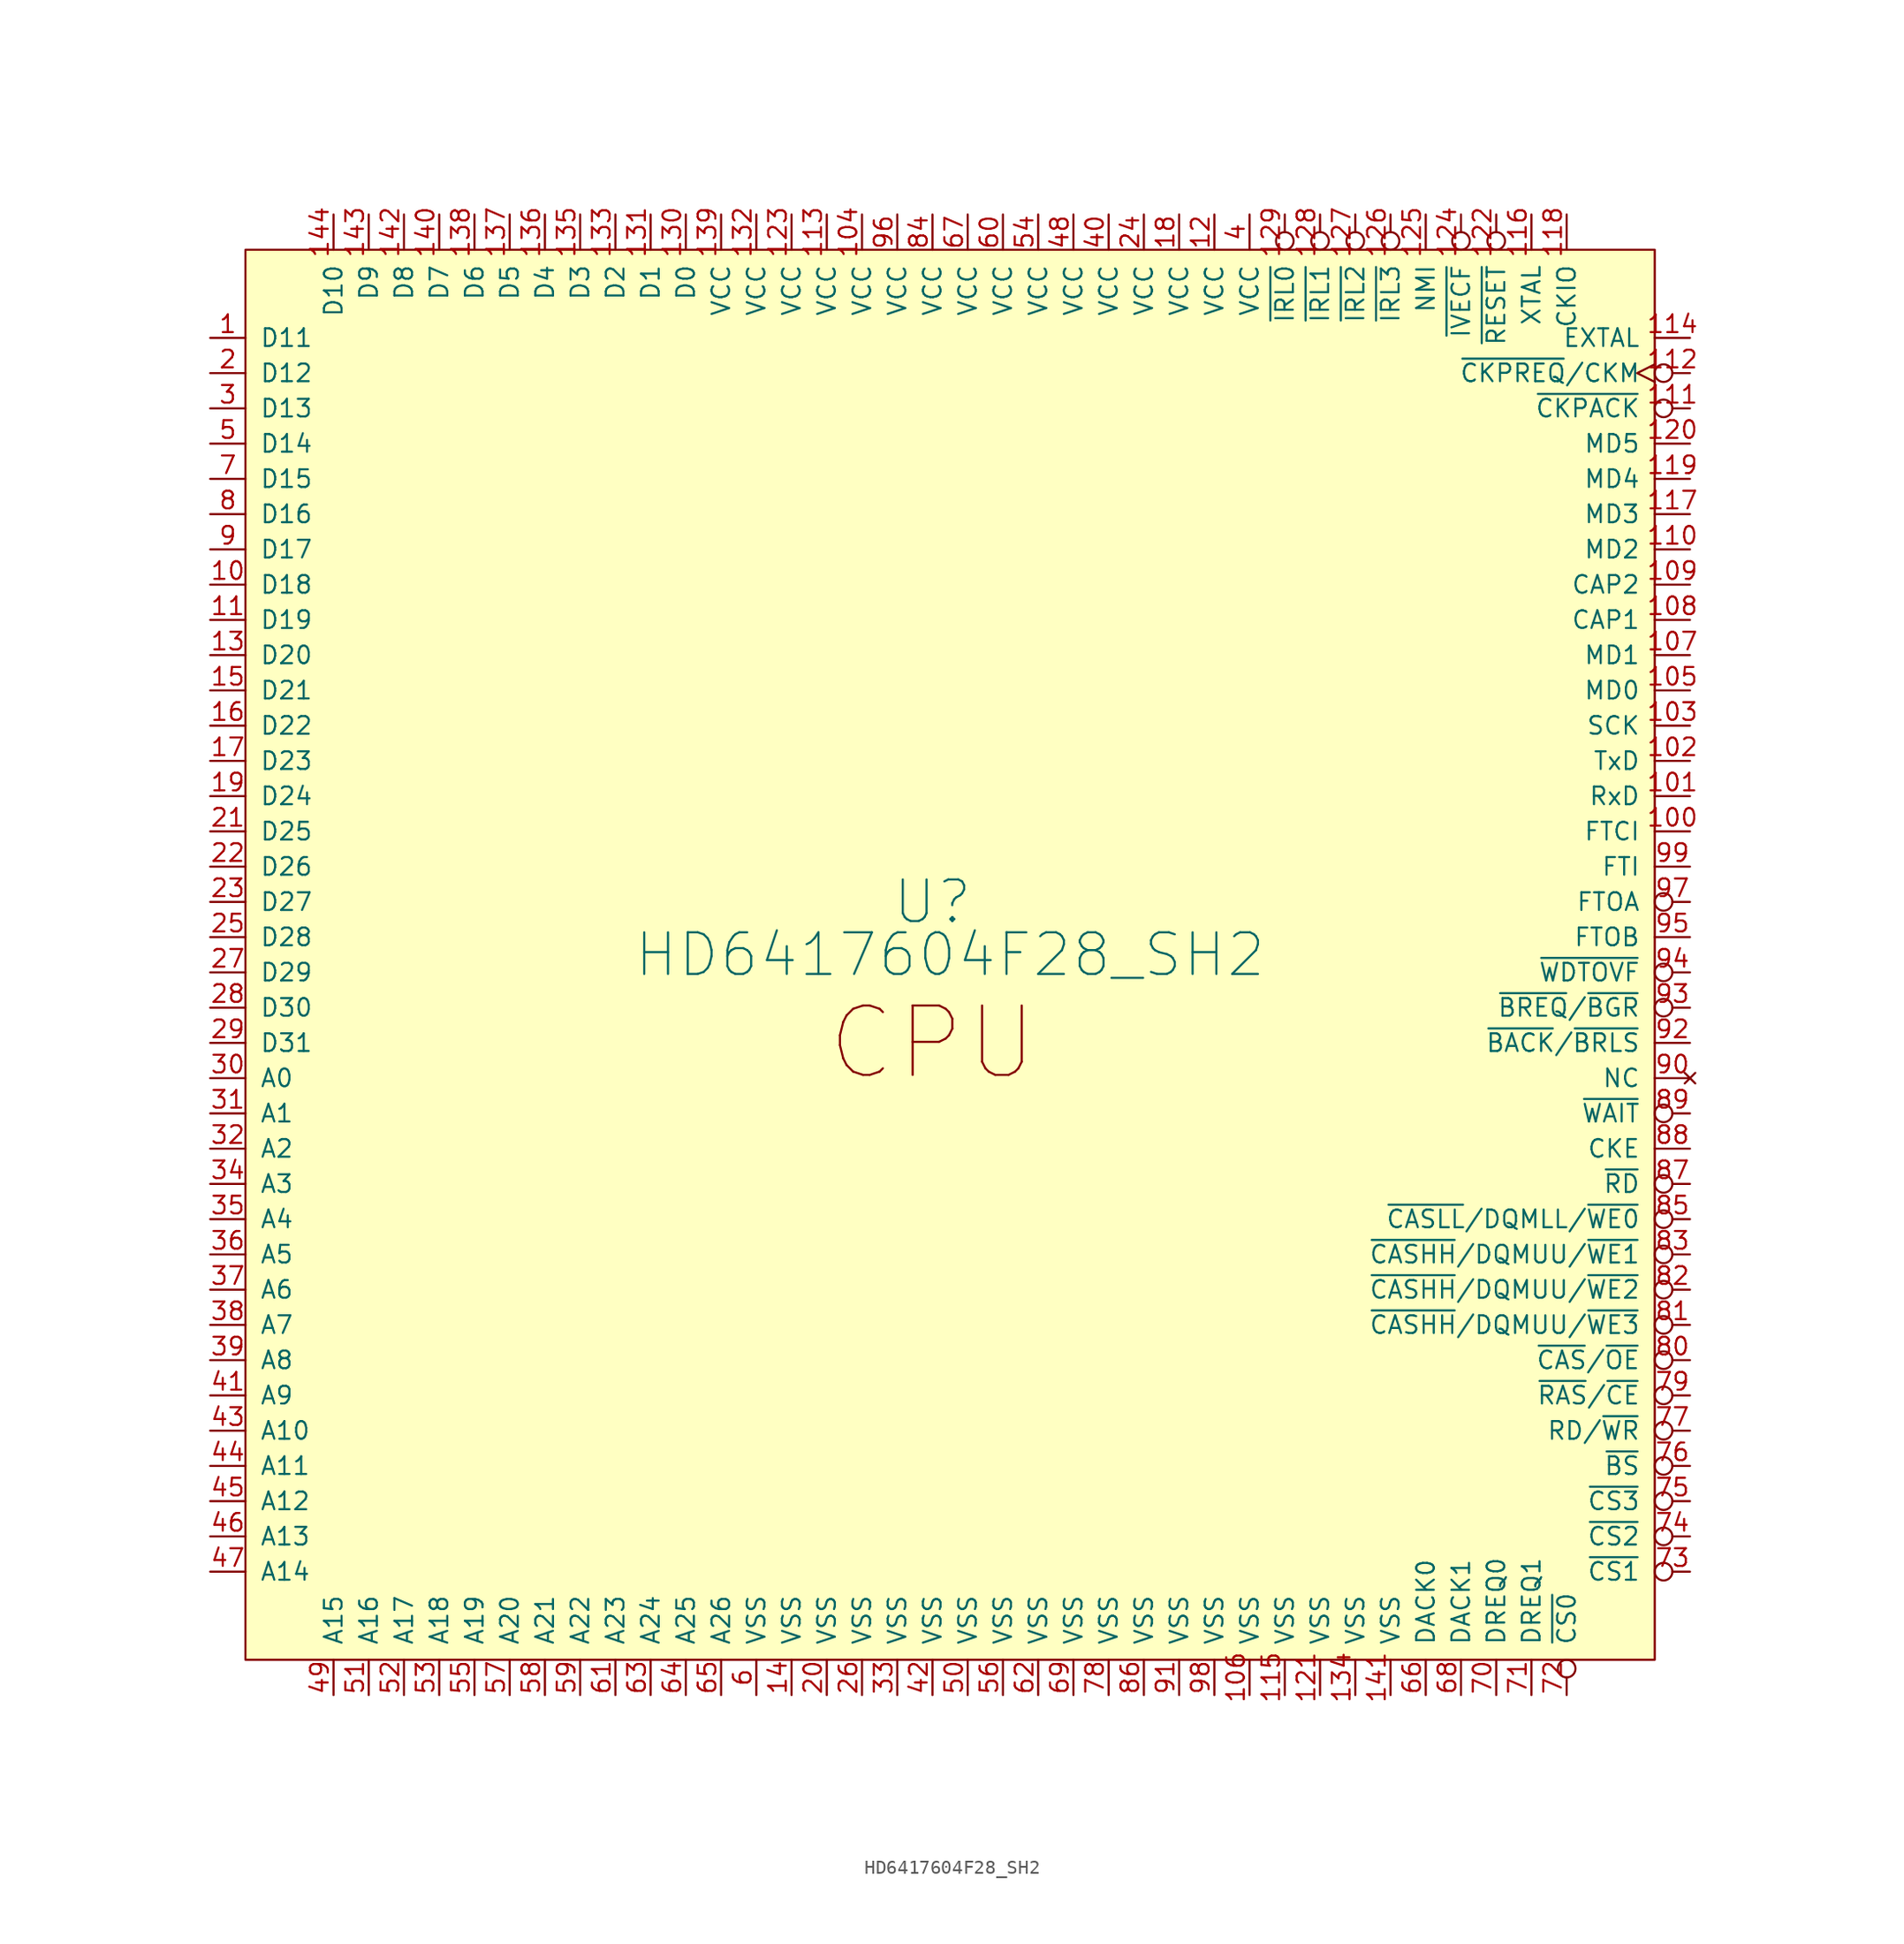
<source format=kicad_sym>
(kicad_symbol_lib
  (version 20211014)
  (generator kicad_symbol_editor)
  (symbol "HD6417604F28_SH2"
    (pin_names
      (offset 1.016))
    (property "Reference" "U"
      (at -1.27 3.81 0)
      (effects (font (size 2.997 2.997))))
    (property "Value" "HD6417604F28_SH2"
      (at 0 0 0)
      (effects (font (size 2.997 2.997))))
    (symbol "HD6417604F28_SH2_0_0"
      (text "CPU" (at -1.27 -6.35 0) (effects (font (size 5.004 5.004)))))
    (symbol "HD6417604F28_SH2_0_1"
      (rectangle (start -50.8 50.8) (end 50.8 -50.8) (stroke (width 0) (type default) (color 0 0 0 0)) (fill (type background))))
    (symbol "HD6417604F28_SH2_1_1"
      (pin tri_state line (at -53.34 44.45 0) (length 2.54) (name "D11" (effects (font (size 1.27 1.27)))) (number "1" (effects (font (size 1.27 1.27)))))
      (pin tri_state line (at -53.34 26.67 0) (length 2.54) (name "D18" (effects (font (size 1.27 1.27)))) (number "10" (effects (font (size 1.27 1.27)))))
      (pin input line (at 53.34 8.89 180) (length 2.54) (name "FTCI" (effects (font (size 1.27 1.27)))) (number "100" (effects (font (size 1.27 1.27)))))
      (pin input line (at 53.34 11.43 180) (length 2.54) (name "RxD" (effects (font (size 1.27 1.27)))) (number "101" (effects (font (size 1.27 1.27)))))
      (pin output line (at 53.34 13.97 180) (length 2.54) (name "TxD" (effects (font (size 1.27 1.27)))) (number "102" (effects (font (size 1.27 1.27)))))
      (pin bidirectional line (at 53.34 16.51 180) (length 2.54) (name "SCK" (effects (font (size 1.27 1.27)))) (number "103" (effects (font (size 1.27 1.27)))))
      (pin power_in line (at -6.35 53.34 270) (length 2.54) (name "VCC" (effects (font (size 1.27 1.27)))) (number "104" (effects (font (size 1.27 1.27)))))
      (pin input line (at 53.34 19.05 180) (length 2.54) (name "MD0" (effects (font (size 1.27 1.27)))) (number "105" (effects (font (size 1.27 1.27)))))
      (pin power_in line (at 21.59 -53.34 90) (length 2.54) (name "VSS" (effects (font (size 1.27 1.27)))) (number "106" (effects (font (size 1.27 1.27)))))
      (pin input line (at 53.34 21.59 180) (length 2.54) (name "MD1" (effects (font (size 1.27 1.27)))) (number "107" (effects (font (size 1.27 1.27)))))
      (pin output line (at 53.34 24.13 180) (length 2.54) (name "CAP1" (effects (font (size 1.27 1.27)))) (number "108" (effects (font (size 1.27 1.27)))))
      (pin output line (at 53.34 26.67 180) (length 2.54) (name "CAP2" (effects (font (size 1.27 1.27)))) (number "109" (effects (font (size 1.27 1.27)))))
      (pin tri_state line (at -53.34 24.13 0) (length 2.54) (name "D19" (effects (font (size 1.27 1.27)))) (number "11" (effects (font (size 1.27 1.27)))))
      (pin input line (at 53.34 29.21 180) (length 2.54) (name "MD2" (effects (font (size 1.27 1.27)))) (number "110" (effects (font (size 1.27 1.27)))))
      (pin output inverted (at 53.34 39.37 180) (length 2.54) (name "~{CKPACK}" (effects (font (size 1.27 1.27)))) (number "111" (effects (font (size 1.27 1.27)))))
      (pin input inverted_clock (at 53.34 41.91 180) (length 2.54) (name "~{CKPREQ}/CKM" (effects (font (size 1.27 1.27)))) (number "112" (effects (font (size 1.27 1.27)))))
      (pin power_in line (at -8.89 53.34 270) (length 2.54) (name "VCC" (effects (font (size 1.27 1.27)))) (number "113" (effects (font (size 1.27 1.27)))))
      (pin input line (at 53.34 44.45 180) (length 2.54) (name "EXTAL" (effects (font (size 1.27 1.27)))) (number "114" (effects (font (size 1.27 1.27)))))
      (pin power_in line (at 24.13 -53.34 90) (length 2.54) (name "VSS" (effects (font (size 1.27 1.27)))) (number "115" (effects (font (size 1.27 1.27)))))
      (pin output line (at 41.91 53.34 270) (length 2.54) (name "XTAL" (effects (font (size 1.27 1.27)))) (number "116" (effects (font (size 1.27 1.27)))))
      (pin input line (at 53.34 31.75 180) (length 2.54) (name "MD3" (effects (font (size 1.27 1.27)))) (number "117" (effects (font (size 1.27 1.27)))))
      (pin bidirectional line (at 44.45 53.34 270) (length 2.54) (name "CKIO" (effects (font (size 1.27 1.27)))) (number "118" (effects (font (size 1.27 1.27)))))
      (pin input line (at 53.34 34.29 180) (length 2.54) (name "MD4" (effects (font (size 1.27 1.27)))) (number "119" (effects (font (size 1.27 1.27)))))
      (pin power_in line (at 19.05 53.34 270) (length 2.54) (name "VCC" (effects (font (size 1.27 1.27)))) (number "12" (effects (font (size 1.27 1.27)))))
      (pin input line (at 53.34 36.83 180) (length 2.54) (name "MD5" (effects (font (size 1.27 1.27)))) (number "120" (effects (font (size 1.27 1.27)))))
      (pin power_in line (at 26.67 -53.34 90) (length 2.54) (name "VSS" (effects (font (size 1.27 1.27)))) (number "121" (effects (font (size 1.27 1.27)))))
      (pin input inverted (at 39.37 53.34 270) (length 2.54) (name "~{RESET}" (effects (font (size 1.27 1.27)))) (number "122" (effects (font (size 1.27 1.27)))))
      (pin power_in line (at -11.43 53.34 270) (length 2.54) (name "VCC" (effects (font (size 1.27 1.27)))) (number "123" (effects (font (size 1.27 1.27)))))
      (pin input inverted (at 36.83 53.34 270) (length 2.54) (name "~{IVECF}" (effects (font (size 1.27 1.27)))) (number "124" (effects (font (size 1.27 1.27)))))
      (pin input line (at 34.29 53.34 270) (length 2.54) (name "NMI" (effects (font (size 1.27 1.27)))) (number "125" (effects (font (size 1.27 1.27)))))
      (pin input inverted (at 31.75 53.34 270) (length 2.54) (name "~{IRL3}" (effects (font (size 1.27 1.27)))) (number "126" (effects (font (size 1.27 1.27)))))
      (pin input inverted (at 29.21 53.34 270) (length 2.54) (name "~{IRL2}" (effects (font (size 1.27 1.27)))) (number "127" (effects (font (size 1.27 1.27)))))
      (pin input inverted (at 26.67 53.34 270) (length 2.54) (name "~{IRL1}" (effects (font (size 1.27 1.27)))) (number "128" (effects (font (size 1.27 1.27)))))
      (pin input inverted (at 24.13 53.34 270) (length 2.54) (name "~{IRL0}" (effects (font (size 1.27 1.27)))) (number "129" (effects (font (size 1.27 1.27)))))
      (pin tri_state line (at -53.34 21.59 0) (length 2.54) (name "D20" (effects (font (size 1.27 1.27)))) (number "13" (effects (font (size 1.27 1.27)))))
      (pin tri_state line (at -19.05 53.34 270) (length 2.54) (name "D0" (effects (font (size 1.27 1.27)))) (number "130" (effects (font (size 1.27 1.27)))))
      (pin tri_state line (at -21.59 53.34 270) (length 2.54) (name "D1" (effects (font (size 1.27 1.27)))) (number "131" (effects (font (size 1.27 1.27)))))
      (pin power_in line (at -13.97 53.34 270) (length 2.54) (name "VCC" (effects (font (size 1.27 1.27)))) (number "132" (effects (font (size 1.27 1.27)))))
      (pin tri_state line (at -24.13 53.34 270) (length 2.54) (name "D2" (effects (font (size 1.27 1.27)))) (number "133" (effects (font (size 1.27 1.27)))))
      (pin power_in line (at 29.21 -53.34 90) (length 2.54) (name "VSS" (effects (font (size 1.27 1.27)))) (number "134" (effects (font (size 1.27 1.27)))))
      (pin tri_state line (at -26.67 53.34 270) (length 2.54) (name "D3" (effects (font (size 1.27 1.27)))) (number "135" (effects (font (size 1.27 1.27)))))
      (pin tri_state line (at -29.21 53.34 270) (length 2.54) (name "D4" (effects (font (size 1.27 1.27)))) (number "136" (effects (font (size 1.27 1.27)))))
      (pin tri_state line (at -31.75 53.34 270) (length 2.54) (name "D5" (effects (font (size 1.27 1.27)))) (number "137" (effects (font (size 1.27 1.27)))))
      (pin tri_state line (at -34.29 53.34 270) (length 2.54) (name "D6" (effects (font (size 1.27 1.27)))) (number "138" (effects (font (size 1.27 1.27)))))
      (pin power_in line (at -16.51 53.34 270) (length 2.54) (name "VCC" (effects (font (size 1.27 1.27)))) (number "139" (effects (font (size 1.27 1.27)))))
      (pin power_in line (at -11.43 -53.34 90) (length 2.54) (name "VSS" (effects (font (size 1.27 1.27)))) (number "14" (effects (font (size 1.27 1.27)))))
      (pin tri_state line (at -36.83 53.34 270) (length 2.54) (name "D7" (effects (font (size 1.27 1.27)))) (number "140" (effects (font (size 1.27 1.27)))))
      (pin power_in line (at 31.75 -53.34 90) (length 2.54) (name "VSS" (effects (font (size 1.27 1.27)))) (number "141" (effects (font (size 1.27 1.27)))))
      (pin tri_state line (at -39.37 53.34 270) (length 2.54) (name "D8" (effects (font (size 1.27 1.27)))) (number "142" (effects (font (size 1.27 1.27)))))
      (pin tri_state line (at -41.91 53.34 270) (length 2.54) (name "D9" (effects (font (size 1.27 1.27)))) (number "143" (effects (font (size 1.27 1.27)))))
      (pin tri_state line (at -44.45 53.34 270) (length 2.54) (name "D10" (effects (font (size 1.27 1.27)))) (number "144" (effects (font (size 1.27 1.27)))))
      (pin tri_state line (at -53.34 19.05 0) (length 2.54) (name "D21" (effects (font (size 1.27 1.27)))) (number "15" (effects (font (size 1.27 1.27)))))
      (pin tri_state line (at -53.34 16.51 0) (length 2.54) (name "D22" (effects (font (size 1.27 1.27)))) (number "16" (effects (font (size 1.27 1.27)))))
      (pin tri_state line (at -53.34 13.97 0) (length 2.54) (name "D23" (effects (font (size 1.27 1.27)))) (number "17" (effects (font (size 1.27 1.27)))))
      (pin power_in line (at 16.51 53.34 270) (length 2.54) (name "VCC" (effects (font (size 1.27 1.27)))) (number "18" (effects (font (size 1.27 1.27)))))
      (pin tri_state line (at -53.34 11.43 0) (length 2.54) (name "D24" (effects (font (size 1.27 1.27)))) (number "19" (effects (font (size 1.27 1.27)))))
      (pin tri_state line (at -53.34 41.91 0) (length 2.54) (name "D12" (effects (font (size 1.27 1.27)))) (number "2" (effects (font (size 1.27 1.27)))))
      (pin power_in line (at -8.89 -53.34 90) (length 2.54) (name "VSS" (effects (font (size 1.27 1.27)))) (number "20" (effects (font (size 1.27 1.27)))))
      (pin tri_state line (at -53.34 8.89 0) (length 2.54) (name "D25" (effects (font (size 1.27 1.27)))) (number "21" (effects (font (size 1.27 1.27)))))
      (pin tri_state line (at -53.34 6.35 0) (length 2.54) (name "D26" (effects (font (size 1.27 1.27)))) (number "22" (effects (font (size 1.27 1.27)))))
      (pin tri_state line (at -53.34 3.81 0) (length 2.54) (name "D27" (effects (font (size 1.27 1.27)))) (number "23" (effects (font (size 1.27 1.27)))))
      (pin power_in line (at 13.97 53.34 270) (length 2.54) (name "VCC" (effects (font (size 1.27 1.27)))) (number "24" (effects (font (size 1.27 1.27)))))
      (pin tri_state line (at -53.34 1.27 0) (length 2.54) (name "D28" (effects (font (size 1.27 1.27)))) (number "25" (effects (font (size 1.27 1.27)))))
      (pin power_in line (at -6.35 -53.34 90) (length 2.54) (name "VSS" (effects (font (size 1.27 1.27)))) (number "26" (effects (font (size 1.27 1.27)))))
      (pin tri_state line (at -53.34 -1.27 0) (length 2.54) (name "D29" (effects (font (size 1.27 1.27)))) (number "27" (effects (font (size 1.27 1.27)))))
      (pin tri_state line (at -53.34 -3.81 0) (length 2.54) (name "D30" (effects (font (size 1.27 1.27)))) (number "28" (effects (font (size 1.27 1.27)))))
      (pin tri_state line (at -53.34 -6.35 0) (length 2.54) (name "D31" (effects (font (size 1.27 1.27)))) (number "29" (effects (font (size 1.27 1.27)))))
      (pin tri_state line (at -53.34 39.37 0) (length 2.54) (name "D13" (effects (font (size 1.27 1.27)))) (number "3" (effects (font (size 1.27 1.27)))))
      (pin bidirectional line (at -53.34 -8.89 0) (length 2.54) (name "A0" (effects (font (size 1.27 1.27)))) (number "30" (effects (font (size 1.27 1.27)))))
      (pin bidirectional line (at -53.34 -11.43 0) (length 2.54) (name "A1" (effects (font (size 1.27 1.27)))) (number "31" (effects (font (size 1.27 1.27)))))
      (pin bidirectional line (at -53.34 -13.97 0) (length 2.54) (name "A2" (effects (font (size 1.27 1.27)))) (number "32" (effects (font (size 1.27 1.27)))))
      (pin power_in line (at -3.81 -53.34 90) (length 2.54) (name "VSS" (effects (font (size 1.27 1.27)))) (number "33" (effects (font (size 1.27 1.27)))))
      (pin bidirectional line (at -53.34 -16.51 0) (length 2.54) (name "A3" (effects (font (size 1.27 1.27)))) (number "34" (effects (font (size 1.27 1.27)))))
      (pin bidirectional line (at -53.34 -19.05 0) (length 2.54) (name "A4" (effects (font (size 1.27 1.27)))) (number "35" (effects (font (size 1.27 1.27)))))
      (pin bidirectional line (at -53.34 -21.59 0) (length 2.54) (name "A5" (effects (font (size 1.27 1.27)))) (number "36" (effects (font (size 1.27 1.27)))))
      (pin bidirectional line (at -53.34 -24.13 0) (length 2.54) (name "A6" (effects (font (size 1.27 1.27)))) (number "37" (effects (font (size 1.27 1.27)))))
      (pin bidirectional line (at -53.34 -26.67 0) (length 2.54) (name "A7" (effects (font (size 1.27 1.27)))) (number "38" (effects (font (size 1.27 1.27)))))
      (pin bidirectional line (at -53.34 -29.21 0) (length 2.54) (name "A8" (effects (font (size 1.27 1.27)))) (number "39" (effects (font (size 1.27 1.27)))))
      (pin power_in line (at 21.59 53.34 270) (length 2.54) (name "VCC" (effects (font (size 1.27 1.27)))) (number "4" (effects (font (size 1.27 1.27)))))
      (pin power_in line (at 11.43 53.34 270) (length 2.54) (name "VCC" (effects (font (size 1.27 1.27)))) (number "40" (effects (font (size 1.27 1.27)))))
      (pin bidirectional line (at -53.34 -31.75 0) (length 2.54) (name "A9" (effects (font (size 1.27 1.27)))) (number "41" (effects (font (size 1.27 1.27)))))
      (pin power_in line (at -1.27 -53.34 90) (length 2.54) (name "VSS" (effects (font (size 1.27 1.27)))) (number "42" (effects (font (size 1.27 1.27)))))
      (pin bidirectional line (at -53.34 -34.29 0) (length 2.54) (name "A10" (effects (font (size 1.27 1.27)))) (number "43" (effects (font (size 1.27 1.27)))))
      (pin bidirectional line (at -53.34 -36.83 0) (length 2.54) (name "A11" (effects (font (size 1.27 1.27)))) (number "44" (effects (font (size 1.27 1.27)))))
      (pin bidirectional line (at -53.34 -39.37 0) (length 2.54) (name "A12" (effects (font (size 1.27 1.27)))) (number "45" (effects (font (size 1.27 1.27)))))
      (pin bidirectional line (at -53.34 -41.91 0) (length 2.54) (name "A13" (effects (font (size 1.27 1.27)))) (number "46" (effects (font (size 1.27 1.27)))))
      (pin bidirectional line (at -53.34 -44.45 0) (length 2.54) (name "A14" (effects (font (size 1.27 1.27)))) (number "47" (effects (font (size 1.27 1.27)))))
      (pin power_in line (at 8.89 53.34 270) (length 2.54) (name "VCC" (effects (font (size 1.27 1.27)))) (number "48" (effects (font (size 1.27 1.27)))))
      (pin bidirectional line (at -44.45 -53.34 90) (length 2.54) (name "A15" (effects (font (size 1.27 1.27)))) (number "49" (effects (font (size 1.27 1.27)))))
      (pin tri_state line (at -53.34 36.83 0) (length 2.54) (name "D14" (effects (font (size 1.27 1.27)))) (number "5" (effects (font (size 1.27 1.27)))))
      (pin power_in line (at 1.27 -53.34 90) (length 2.54) (name "VSS" (effects (font (size 1.27 1.27)))) (number "50" (effects (font (size 1.27 1.27)))))
      (pin bidirectional line (at -41.91 -53.34 90) (length 2.54) (name "A16" (effects (font (size 1.27 1.27)))) (number "51" (effects (font (size 1.27 1.27)))))
      (pin bidirectional line (at -39.37 -53.34 90) (length 2.54) (name "A17" (effects (font (size 1.27 1.27)))) (number "52" (effects (font (size 1.27 1.27)))))
      (pin bidirectional line (at -36.83 -53.34 90) (length 2.54) (name "A18" (effects (font (size 1.27 1.27)))) (number "53" (effects (font (size 1.27 1.27)))))
      (pin power_in line (at 6.35 53.34 270) (length 2.54) (name "VCC" (effects (font (size 1.27 1.27)))) (number "54" (effects (font (size 1.27 1.27)))))
      (pin bidirectional line (at -34.29 -53.34 90) (length 2.54) (name "A19" (effects (font (size 1.27 1.27)))) (number "55" (effects (font (size 1.27 1.27)))))
      (pin power_in line (at 3.81 -53.34 90) (length 2.54) (name "VSS" (effects (font (size 1.27 1.27)))) (number "56" (effects (font (size 1.27 1.27)))))
      (pin bidirectional line (at -31.75 -53.34 90) (length 2.54) (name "A20" (effects (font (size 1.27 1.27)))) (number "57" (effects (font (size 1.27 1.27)))))
      (pin bidirectional line (at -29.21 -53.34 90) (length 2.54) (name "A21" (effects (font (size 1.27 1.27)))) (number "58" (effects (font (size 1.27 1.27)))))
      (pin bidirectional line (at -26.67 -53.34 90) (length 2.54) (name "A22" (effects (font (size 1.27 1.27)))) (number "59" (effects (font (size 1.27 1.27)))))
      (pin power_in line (at -13.97 -53.34 90) (length 2.54) (name "VSS" (effects (font (size 1.27 1.27)))) (number "6" (effects (font (size 1.27 1.27)))))
      (pin power_in line (at 3.81 53.34 270) (length 2.54) (name "VCC" (effects (font (size 1.27 1.27)))) (number "60" (effects (font (size 1.27 1.27)))))
      (pin bidirectional line (at -24.13 -53.34 90) (length 2.54) (name "A23" (effects (font (size 1.27 1.27)))) (number "61" (effects (font (size 1.27 1.27)))))
      (pin power_in line (at 6.35 -53.34 90) (length 2.54) (name "VSS" (effects (font (size 1.27 1.27)))) (number "62" (effects (font (size 1.27 1.27)))))
      (pin bidirectional line (at -21.59 -53.34 90) (length 2.54) (name "A24" (effects (font (size 1.27 1.27)))) (number "63" (effects (font (size 1.27 1.27)))))
      (pin bidirectional line (at -19.05 -53.34 90) (length 2.54) (name "A25" (effects (font (size 1.27 1.27)))) (number "64" (effects (font (size 1.27 1.27)))))
      (pin bidirectional line (at -16.51 -53.34 90) (length 2.54) (name "A26" (effects (font (size 1.27 1.27)))) (number "65" (effects (font (size 1.27 1.27)))))
      (pin output line (at 34.29 -53.34 90) (length 2.54) (name "DACK0" (effects (font (size 1.27 1.27)))) (number "66" (effects (font (size 1.27 1.27)))))
      (pin power_in line (at 1.27 53.34 270) (length 2.54) (name "VCC" (effects (font (size 1.27 1.27)))) (number "67" (effects (font (size 1.27 1.27)))))
      (pin output line (at 36.83 -53.34 90) (length 2.54) (name "DACK1" (effects (font (size 1.27 1.27)))) (number "68" (effects (font (size 1.27 1.27)))))
      (pin power_in line (at 8.89 -53.34 90) (length 2.54) (name "VSS" (effects (font (size 1.27 1.27)))) (number "69" (effects (font (size 1.27 1.27)))))
      (pin tri_state line (at -53.34 34.29 0) (length 2.54) (name "D15" (effects (font (size 1.27 1.27)))) (number "7" (effects (font (size 1.27 1.27)))))
      (pin input line (at 39.37 -53.34 90) (length 2.54) (name "DREQ0" (effects (font (size 1.27 1.27)))) (number "70" (effects (font (size 1.27 1.27)))))
      (pin input line (at 41.91 -53.34 90) (length 2.54) (name "DREQ1" (effects (font (size 1.27 1.27)))) (number "71" (effects (font (size 1.27 1.27)))))
      (pin output inverted (at 44.45 -53.34 90) (length 2.54) (name "~{CS0}" (effects (font (size 1.27 1.27)))) (number "72" (effects (font (size 1.27 1.27)))))
      (pin output inverted (at 53.34 -44.45 180) (length 2.54) (name "~{CS1}" (effects (font (size 1.27 1.27)))) (number "73" (effects (font (size 1.27 1.27)))))
      (pin output inverted (at 53.34 -41.91 180) (length 2.54) (name "~{CS2}" (effects (font (size 1.27 1.27)))) (number "74" (effects (font (size 1.27 1.27)))))
      (pin output inverted (at 53.34 -39.37 180) (length 2.54) (name "~{CS3}" (effects (font (size 1.27 1.27)))) (number "75" (effects (font (size 1.27 1.27)))))
      (pin bidirectional inverted (at 53.34 -36.83 180) (length 2.54) (name "~{BS}" (effects (font (size 1.27 1.27)))) (number "76" (effects (font (size 1.27 1.27)))))
      (pin bidirectional inverted (at 53.34 -34.29 180) (length 2.54) (name "RD/~{WR}" (effects (font (size 1.27 1.27)))) (number "77" (effects (font (size 1.27 1.27)))))
      (pin power_in line (at 11.43 -53.34 90) (length 2.54) (name "VSS" (effects (font (size 1.27 1.27)))) (number "78" (effects (font (size 1.27 1.27)))))
      (pin output inverted (at 53.34 -31.75 180) (length 2.54) (name "~{RAS}/~{CE}" (effects (font (size 1.27 1.27)))) (number "79" (effects (font (size 1.27 1.27)))))
      (pin tri_state line (at -53.34 31.75 0) (length 2.54) (name "D16" (effects (font (size 1.27 1.27)))) (number "8" (effects (font (size 1.27 1.27)))))
      (pin output inverted (at 53.34 -29.21 180) (length 2.54) (name "~{CAS}/~{OE}" (effects (font (size 1.27 1.27)))) (number "80" (effects (font (size 1.27 1.27)))))
      (pin output inverted (at 53.34 -26.67 180) (length 2.54) (name "~{CASHH}/DQMUU/~{WE3}" (effects (font (size 1.27 1.27)))) (number "81" (effects (font (size 1.27 1.27)))))
      (pin output inverted (at 53.34 -24.13 180) (length 2.54) (name "~{CASHH}/DQMUU/~{WE2}" (effects (font (size 1.27 1.27)))) (number "82" (effects (font (size 1.27 1.27)))))
      (pin output inverted (at 53.34 -21.59 180) (length 2.54) (name "~{CASHH}/DQMUU/~{WE1}" (effects (font (size 1.27 1.27)))) (number "83" (effects (font (size 1.27 1.27)))))
      (pin power_in line (at -1.27 53.34 270) (length 2.54) (name "VCC" (effects (font (size 1.27 1.27)))) (number "84" (effects (font (size 1.27 1.27)))))
      (pin output inverted (at 53.34 -19.05 180) (length 2.54) (name "~{CASLL}/DQMLL/~{WE0}" (effects (font (size 1.27 1.27)))) (number "85" (effects (font (size 1.27 1.27)))))
      (pin power_in line (at 13.97 -53.34 90) (length 2.54) (name "VSS" (effects (font (size 1.27 1.27)))) (number "86" (effects (font (size 1.27 1.27)))))
      (pin output inverted (at 53.34 -16.51 180) (length 2.54) (name "~{RD}" (effects (font (size 1.27 1.27)))) (number "87" (effects (font (size 1.27 1.27)))))
      (pin output line (at 53.34 -13.97 180) (length 2.54) (name "CKE" (effects (font (size 1.27 1.27)))) (number "88" (effects (font (size 1.27 1.27)))))
      (pin input inverted (at 53.34 -11.43 180) (length 2.54) (name "~{WAIT}" (effects (font (size 1.27 1.27)))) (number "89" (effects (font (size 1.27 1.27)))))
      (pin tri_state line (at -53.34 29.21 0) (length 2.54) (name "D17" (effects (font (size 1.27 1.27)))) (number "9" (effects (font (size 1.27 1.27)))))
      (pin no_connect line (at 53.34 -8.89 180) (length 2.54) (name "NC" (effects (font (size 1.27 1.27)))) (number "90" (effects (font (size 1.27 1.27)))))
      (pin power_in line (at 16.51 -53.34 90) (length 2.54) (name "VSS" (effects (font (size 1.27 1.27)))) (number "91" (effects (font (size 1.27 1.27)))))
      (pin input line (at 53.34 -6.35 180) (length 2.54) (name "~{BACK}/~{BRLS}" (effects (font (size 1.27 1.27)))) (number "92" (effects (font (size 1.27 1.27)))))
      (pin output inverted (at 53.34 -3.81 180) (length 2.54) (name "~{BREQ}/~{BGR}" (effects (font (size 1.27 1.27)))) (number "93" (effects (font (size 1.27 1.27)))))
      (pin output inverted (at 53.34 -1.27 180) (length 2.54) (name "~{WDTOVF}" (effects (font (size 1.27 1.27)))) (number "94" (effects (font (size 1.27 1.27)))))
      (pin output line (at 53.34 1.27 180) (length 2.54) (name "FTOB" (effects (font (size 1.27 1.27)))) (number "95" (effects (font (size 1.27 1.27)))))
      (pin power_in line (at -3.81 53.34 270) (length 2.54) (name "VCC" (effects (font (size 1.27 1.27)))) (number "96" (effects (font (size 1.27 1.27)))))
      (pin output inverted (at 53.34 3.81 180) (length 2.54) (name "FTOA" (effects (font (size 1.27 1.27)))) (number "97" (effects (font (size 1.27 1.27)))))
      (pin power_in line (at 19.05 -53.34 90) (length 2.54) (name "VSS" (effects (font (size 1.27 1.27)))) (number "98" (effects (font (size 1.27 1.27)))))
      (pin input line (at 53.34 6.35 180) (length 2.54) (name "FTI" (effects (font (size 1.27 1.27)))) (number "99" (effects (font (size 1.27 1.27))))))))
</source>
